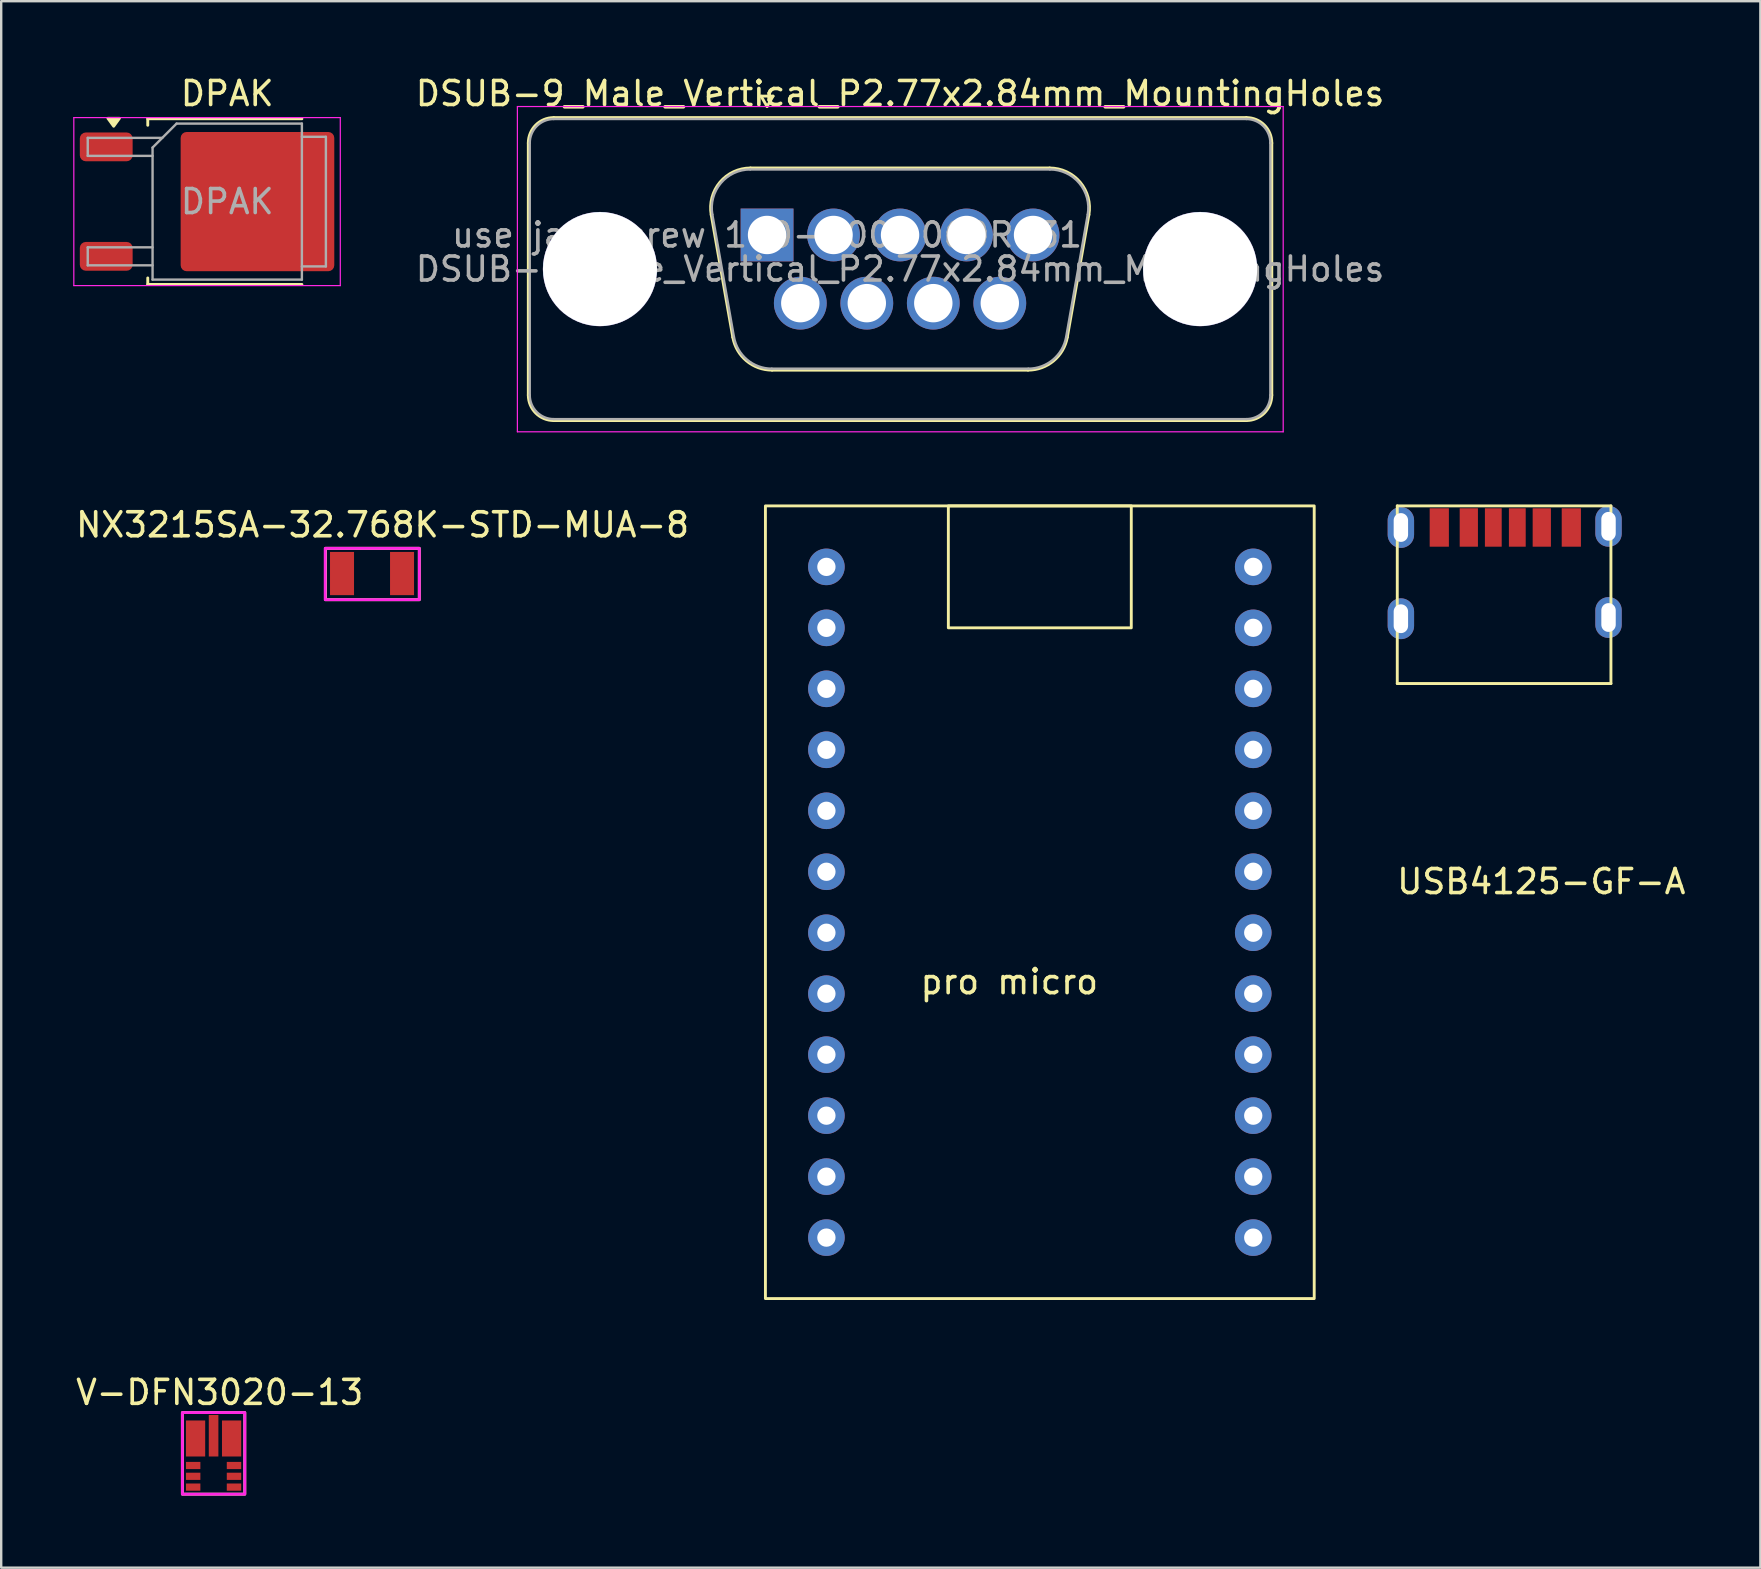
<source format=kicad_pcb>
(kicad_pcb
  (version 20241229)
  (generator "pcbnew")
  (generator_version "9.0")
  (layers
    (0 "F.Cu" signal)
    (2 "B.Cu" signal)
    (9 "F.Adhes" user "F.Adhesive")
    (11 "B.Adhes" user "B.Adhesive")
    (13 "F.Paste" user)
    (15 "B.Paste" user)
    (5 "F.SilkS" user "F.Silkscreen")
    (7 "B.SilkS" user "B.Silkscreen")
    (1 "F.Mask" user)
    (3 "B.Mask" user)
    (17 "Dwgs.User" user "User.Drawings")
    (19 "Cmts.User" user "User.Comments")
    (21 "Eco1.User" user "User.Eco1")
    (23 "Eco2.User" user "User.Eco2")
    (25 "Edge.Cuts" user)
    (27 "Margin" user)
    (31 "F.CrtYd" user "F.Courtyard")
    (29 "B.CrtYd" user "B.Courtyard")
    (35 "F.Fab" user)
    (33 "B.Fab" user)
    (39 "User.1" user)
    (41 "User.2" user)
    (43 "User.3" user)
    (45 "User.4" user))
  (footprint "NX3215SA-32.768K-STD-MUA-8"
    (layer "F.Cu")
    (at 11.197 20.841)
    (property "Reference" "NX3215SA-32.768K-STD-MUA-8" (at 1.69 -2.03 0) (unlocked yes) (layer "F.SilkS") (effects (font (size 1 1) (thickness 0.15))))
    (attr smd)
    (fp_rect (start -0.69 -1.05) (end 3.22 1.09) (stroke (width 0.12) (type solid)) (fill no) (layer "F.SilkS"))
    (fp_rect (start -0.7 -1.05) (end 3.22 1.09) (stroke (width 0.12) (type solid)) (fill no) (layer "F.CrtYd"))
    (pad "1" smd rect (at 0 0) (size 1 1.8) (layers "F.Cu" "F.Mask" "F.Paste"))
    (pad "2" smd rect (at 2.5 0) (size 1 1.8) (layers "F.Cu" "F.Mask" "F.Paste")))
  (footprint "USB4125-GF-A"
    (layer "F.Cu")
    (at 60.154 18.923)
    (property "Reference" "USB4125-GF-A" (at 1 14.75 0) (layer "F.SilkS") (effects (font (size 1 1) (thickness 0.15))))
    (attr through_hole)
    (fp_line (start -5 -0.9) (end -5 6.5) (stroke (width 0.12) (type solid)) (layer "F.SilkS"))
    (fp_line (start -5 6.5) (end 3.9 6.5) (stroke (width 0.12) (type solid)) (layer "F.SilkS"))
    (fp_line (start 3.9 -0.9) (end -5 -0.9) (stroke (width 0.12) (type solid)) (layer "F.SilkS"))
    (fp_line (start 3.9 6.5) (end 3.9 -0.9) (stroke (width 0.12) (type solid)) (layer "F.SilkS"))
    (pad "A5" smd rect (at -1 0) (size 0.7 1.6) (layers "F.Cu" "F.Mask" "F.Paste"))
    (pad "A9" smd rect (at 1.02 0) (size 0.76 1.6) (layers "F.Cu" "F.Mask" "F.Paste"))
    (pad "A12" smd rect (at 2.25 0) (size 0.8 1.6) (layers "F.Cu" "F.Mask" "F.Paste"))
    (pad "B5" smd rect (at 0 0) (size 0.7 1.6) (layers "F.Cu" "F.Mask" "F.Paste"))
    (pad "B9" smd rect (at -2.02 0) (size 0.76 1.6) (layers "F.Cu" "F.Mask" "F.Paste"))
    (pad "B12" smd rect (at -3.25 0) (size 0.8 1.6) (layers "F.Cu" "F.Mask" "F.Paste"))
    (pad "S1" thru_hole oval (at -4.85 0) (size 1.1 1.7) (drill oval 0.6 1.2) (layers "*.Cu" "*.Mask"))
    (pad "S1" thru_hole oval (at -4.85 3.8) (size 1.1 1.7) (drill oval 0.6 1.2) (layers "*.Cu" "*.Mask"))
    (pad "S1" thru_hole oval (at 3.8 -0.05) (size 1.1 1.7) (drill oval 0.6 1.2) (layers "*.Cu" "*.Mask"))
    (pad "S1" thru_hole oval (at 3.8 3.75) (size 1.1 1.7) (drill oval 0.6 1.2) (layers "*.Cu" "*.Mask")))
  (footprint "pro micro"
    (layer "F.Cu")
    (at 38.994 38.343)
    (property "Reference" "pro micro" (at 0 -0.5 0) (unlocked yes) (layer "F.SilkS") (effects (font (size 1 1) (thickness 0.15))))
    (attr through_hole)
    (fp_rect (start -10.16 -20.32) (end 12.7 12.7) (stroke (width 0.12) (type solid)) (fill no) (layer "F.SilkS"))
    (fp_rect (start 5.08 -20.32) (end -2.54 -15.24) (stroke (width 0.12) (type solid)) (fill no) (layer "F.SilkS"))
    (pad "1" thru_hole circle (at -7.62 -17.78 180) (size 1.524 1.524) (drill 0.762) (layers "*.Cu" "*.Mask"))
    (pad "2" thru_hole circle (at -7.62 -15.24 180) (size 1.524 1.524) (drill 0.762) (layers "*.Cu" "*.Mask"))
    (pad "3" thru_hole circle (at -7.62 -12.7 180) (size 1.524 1.524) (drill 0.762) (layers "*.Cu" "*.Mask"))
    (pad "4" thru_hole circle (at -7.62 -10.16 180) (size 1.524 1.524) (drill 0.762) (layers "*.Cu" "*.Mask"))
    (pad "5" thru_hole circle (at -7.62 -7.62 180) (size 1.524 1.524) (drill 0.762) (layers "*.Cu" "*.Mask"))
    (pad "6" thru_hole circle (at -7.62 -5.08 180) (size 1.524 1.524) (drill 0.762) (layers "*.Cu" "*.Mask"))
    (pad "7" thru_hole circle (at -7.62 -2.54) (size 1.524 1.524) (drill 0.762) (layers "*.Cu" "*.Mask"))
    (pad "8" thru_hole circle (at -7.62 0) (size 1.524 1.524) (drill 0.762) (layers "*.Cu" "*.Mask"))
    (pad "9" thru_hole circle (at -7.62 2.54) (size 1.524 1.524) (drill 0.762) (layers "*.Cu" "*.Mask"))
    (pad "10" thru_hole circle (at -7.62 5.08) (size 1.524 1.524) (drill 0.762) (layers "*.Cu" "*.Mask"))
    (pad "11" thru_hole circle (at -7.62 7.62) (size 1.524 1.524) (drill 0.762) (layers "*.Cu" "*.Mask"))
    (pad "12" thru_hole circle (at -7.62 10.16) (size 1.524 1.524) (drill 0.762) (layers "*.Cu" "*.Mask"))
    (pad "13" thru_hole circle (at 10.16 10.16) (size 1.524 1.524) (drill 0.762) (layers "*.Cu" "*.Mask"))
    (pad "14" thru_hole circle (at 10.16 7.62) (size 1.524 1.524) (drill 0.762) (layers "*.Cu" "*.Mask"))
    (pad "15" thru_hole circle (at 10.16 5.08) (size 1.524 1.524) (drill 0.762) (layers "*.Cu" "*.Mask"))
    (pad "16" thru_hole circle (at 10.16 2.54) (size 1.524 1.524) (drill 0.762) (layers "*.Cu" "*.Mask"))
    (pad "17" thru_hole circle (at 10.16 0) (size 1.524 1.524) (drill 0.762) (layers "*.Cu" "*.Mask"))
    (pad "18" thru_hole circle (at 10.16 -2.54) (size 1.524 1.524) (drill 0.762) (layers "*.Cu" "*.Mask"))
    (pad "19" thru_hole circle (at 10.16 -5.08) (size 1.524 1.524) (drill 0.762) (layers "*.Cu" "*.Mask"))
    (pad "20" thru_hole circle (at 10.16 -7.62) (size 1.524 1.524) (drill 0.762) (layers "*.Cu" "*.Mask"))
    (pad "21" thru_hole circle (at 10.16 -10.16) (size 1.524 1.524) (drill 0.762) (layers "*.Cu" "*.Mask"))
    (pad "22" thru_hole circle (at 10.16 -12.7) (size 1.524 1.524) (drill 0.762) (layers "*.Cu" "*.Mask"))
    (pad "23" thru_hole circle (at 10.16 -15.24) (size 1.524 1.524) (drill 0.762) (layers "*.Cu" "*.Mask"))
    (pad "24" thru_hole circle (at 10.16 -17.78) (size 1.524 1.524) (drill 0.762) (layers "*.Cu" "*.Mask")))
  (footprint "V-DFN3020-13"
    (layer "F.Cu")
    (at 5.847 55.891)
    (property "Reference" "V-DFN3020-13" (at 0.254 -0.94 0) (unlocked yes) (layer "F.SilkS") (effects (font (size 1 1) (thickness 0.15))))
    (attr smd)
    (fp_rect (start -1.3 -0.1) (end 1.3 3.3) (stroke (width 0.12) (type default)) (fill no) (layer "F.SilkS"))
    (fp_rect (start -1.3 -0.1) (end 1.3 3.3) (stroke (width 0.12) (type default)) (fill no) (layer "F.CrtYd"))
    (pad "1" smd rect (at -0.75 0.98) (size 0.8 1.5) (layers "F.Cu" "F.Mask" "F.Paste"))
    (pad "2" smd rect (at -0.85 2.105) (size 0.6 0.3) (layers "F.Cu" "F.Mask" "F.Paste"))
    (pad "3" smd rect (at -0.85 2.555) (size 0.6 0.3) (layers "F.Cu" "F.Mask" "F.Paste"))
    (pad "4" smd rect (at -0.85 3.005) (size 0.6 0.3) (layers "F.Cu" "F.Mask" "F.Paste"))
    (pad "5" smd rect (at 0.85 3.005) (size 0.6 0.3) (layers "F.Cu" "F.Mask" "F.Paste"))
    (pad "6" smd rect (at 0.85 2.555) (size 0.6 0.3) (layers "F.Cu" "F.Mask" "F.Paste"))
    (pad "7" smd rect (at 0.85 2.105) (size 0.6 0.3) (layers "F.Cu" "F.Mask" "F.Paste"))
    (pad "8" smd rect (at 0.75 0.98) (size 0.8 1.5) (layers "F.Cu" "F.Mask" "F.Paste"))
    (pad "9" smd rect (at 0 0.865) (size 0.4 1.73) (layers "F.Cu" "F.Mask" "F.Paste")))
  (footprint "DSUB-9_Male_Vertical_P2.77x2.84mm_MountingHoles"
    (layer "F.Cu")
    (at 28.902 6.738)
    (property "Reference" "DSUB-9_Male_Vertical_P2.77x2.84mm_MountingHoles" (at 5.54 -5.89 0) (layer "F.SilkS") (effects (font (size 1 1) (thickness 0.15))))
    (attr through_hole)
    (fp_line (start -9.945 6.67) (end -9.945 -3.83) (stroke (width 0.12) (type solid)) (layer "F.SilkS"))
    (fp_line (start -8.885 -4.89) (end 19.965 -4.89) (stroke (width 0.12) (type solid)) (layer "F.SilkS"))
    (fp_line (start -2.326 -0.842) (end -1.427 4.258) (stroke (width 0.12) (type solid)) (layer "F.SilkS"))
    (fp_line (start -0.692 -2.79) (end 11.772 -2.79) (stroke (width 0.12) (type solid)) (layer "F.SilkS"))
    (fp_line (start -0.25 -5.784) (end 0.25 -5.784) (stroke (width 0.12) (type solid)) (layer "F.SilkS"))
    (fp_line (start 0 -5.351) (end -0.25 -5.784) (stroke (width 0.12) (type solid)) (layer "F.SilkS"))
    (fp_line (start 0.208 5.63) (end 10.872 5.63) (stroke (width 0.12) (type solid)) (layer "F.SilkS"))
    (fp_line (start 0.25 -5.784) (end 0 -5.351) (stroke (width 0.12) (type solid)) (layer "F.SilkS"))
    (fp_line (start 13.406 -0.842) (end 12.507 4.258) (stroke (width 0.12) (type solid)) (layer "F.SilkS"))
    (fp_line (start 19.965 7.73) (end -8.885 7.73) (stroke (width 0.12) (type solid)) (layer "F.SilkS"))
    (fp_line (start 21.025 -3.83) (end 21.025 6.67) (stroke (width 0.12) (type solid)) (layer "F.SilkS"))
    (fp_arc (start -9.945 -3.83) (mid -9.634533 -4.579533) (end -8.885 -4.89) (stroke (width 0.12) (type solid)) (layer "F.SilkS"))
    (fp_arc (start -8.885 7.73) (mid -9.634533 7.419533) (end -9.945 6.67) (stroke (width 0.12) (type solid)) (layer "F.SilkS"))
    (fp_arc (start -2.32647 -0.841744) (mid -1.963323 -2.197028) (end -0.691689 -2.79) (stroke (width 0.12) (type solid)) (layer "F.SilkS"))
    (fp_arc (start 0.207579 5.63) (mid -0.859448 5.241634) (end -1.427202 4.258256) (stroke (width 0.12) (type solid)) (layer "F.SilkS"))
    (fp_arc (start 11.771689 -2.79) (mid 13.043323 -2.197027) (end 13.40647 -0.841744) (stroke (width 0.12) (type solid)) (layer "F.SilkS"))
    (fp_arc (start 12.507202 4.258256) (mid 11.939449 5.241634) (end 10.872421 5.63) (stroke (width 0.12) (type solid)) (layer "F.SilkS"))
    (fp_arc (start 19.965 -4.89) (mid 20.714533 -4.579533) (end 21.025 -3.83) (stroke (width 0.12) (type solid)) (layer "F.SilkS"))
    (fp_arc (start 21.025 6.67) (mid 20.714533 7.419533) (end 19.965 7.73) (stroke (width 0.12) (type solid)) (layer "F.SilkS"))
    (fp_line (start -10.4 -5.35) (end -10.4 8.2) (stroke (width 0.05) (type solid)) (layer "F.CrtYd"))
    (fp_line (start -10.4 8.2) (end 21.5 8.2) (stroke (width 0.05) (type solid)) (layer "F.CrtYd"))
    (fp_line (start 21.5 -5.35) (end -10.4 -5.35) (stroke (width 0.05) (type solid)) (layer "F.CrtYd"))
    (fp_line (start 21.5 8.2) (end 21.5 -5.35) (stroke (width 0.05) (type solid)) (layer "F.CrtYd"))
    (fp_line (start -9.885 6.67) (end -9.885 -3.83) (stroke (width 0.1) (type solid)) (layer "F.Fab"))
    (fp_line (start -8.885 -4.83) (end 19.965 -4.83) (stroke (width 0.1) (type solid)) (layer "F.Fab"))
    (fp_line (start -2.279 -0.852) (end -1.38 4.248) (stroke (width 0.1) (type solid)) (layer "F.Fab"))
    (fp_line (start -0.703 -2.73) (end 11.783 -2.73) (stroke (width 0.1) (type solid)) (layer "F.Fab"))
    (fp_line (start 0.196 5.57) (end 10.884 5.57) (stroke (width 0.1) (type solid)) (layer "F.Fab"))
    (fp_line (start 13.359 -0.852) (end 12.46 4.248) (stroke (width 0.1) (type solid)) (layer "F.Fab"))
    (fp_line (start 19.965 7.67) (end -8.885 7.67) (stroke (width 0.1) (type solid)) (layer "F.Fab"))
    (fp_line (start 20.965 -3.83) (end 20.965 6.67) (stroke (width 0.1) (type solid)) (layer "F.Fab"))
    (fp_arc (start -9.885 -3.83) (mid -9.592107 -4.537107) (end -8.885 -4.83) (stroke (width 0.1) (type solid)) (layer "F.Fab"))
    (fp_arc (start -8.885 7.67) (mid -9.592107 7.377107) (end -9.885 6.67) (stroke (width 0.1) (type solid)) (layer "F.Fab"))
    (fp_arc (start -2.278886 -0.852163) (mid -1.928865 -2.15846) (end -0.703194 -2.73) (stroke (width 0.1) (type solid)) (layer "F.Fab"))
    (fp_arc (start 0.196073 5.57) (mid -0.832387 5.195671) (end -1.379619 4.247837) (stroke (width 0.1) (type solid)) (layer "F.Fab"))
    (fp_arc (start 11.783194 -2.73) (mid 13.008865 -2.15846) (end 13.358886 -0.852163) (stroke (width 0.1) (type solid)) (layer "F.Fab"))
    (fp_arc (start 12.459619 4.247837) (mid 11.912387 5.195671) (end 10.883927 5.57) (stroke (width 0.1) (type solid)) (layer "F.Fab"))
    (fp_arc (start 19.965 -4.83) (mid 20.672107 -4.537107) (end 20.965 -3.83) (stroke (width 0.1) (type solid)) (layer "F.Fab"))
    (fp_arc (start 20.965 6.67) (mid 20.672107 7.377107) (end 19.965 7.67) (stroke (width 0.1) (type solid)) (layer "F.Fab"))
    (fp_text user "use jackscrew 160-000-060R031" (at 0 0 0) (layer "F.Fab") (effects (font (size 1 1) (thickness 0.15))))
    (fp_text user "${REFERENCE}" (at 5.54 1.42 0) (layer "F.Fab") (effects (font (size 1 1) (thickness 0.15))))
    (pad "" np_thru_hole circle (at -6.96 1.42) (size 4.76 4.76) (drill 4.75) (layers "*.Cu" "*.Mask"))
    (pad "" np_thru_hole circle (at 18.04 1.42) (size 4.76 4.76) (drill 4.75) (layers "*.Cu" "*.Mask"))
    (pad "1" thru_hole rect (at 0 0) (size 2.2 2.2) (drill 1.6) (layers "*.Cu" "*.Mask"))
    (pad "2" thru_hole circle (at 2.77 0) (size 2.2 2.2) (drill 1.6) (layers "*.Cu" "*.Mask"))
    (pad "3" thru_hole circle (at 5.54 0) (size 2.2 2.2) (drill 1.6) (layers "*.Cu" "*.Mask"))
    (pad "4" thru_hole circle (at 8.31 0) (size 2.2 2.2) (drill 1.6) (layers "*.Cu" "*.Mask"))
    (pad "5" thru_hole circle (at 11.08 0) (size 2.2 2.2) (drill 1.6) (layers "*.Cu" "*.Mask"))
    (pad "6" thru_hole circle (at 1.385 2.84) (size 2.2 2.2) (drill 1.6) (layers "*.Cu" "*.Mask"))
    (pad "7" thru_hole circle (at 4.155 2.84) (size 2.2 2.2) (drill 1.6) (layers "*.Cu" "*.Mask"))
    (pad "8" thru_hole circle (at 6.925 2.84) (size 2.2 2.2) (drill 1.6) (layers "*.Cu" "*.Mask"))
    (pad "9" thru_hole circle (at 9.695 2.84) (size 2.2 2.2) (drill 1.6) (layers "*.Cu" "*.Mask")))
  (footprint "DPAK"
    (layer "F.Cu")
    (at 6.415 5.348)
    (property "Reference" "DPAK" (at 0 -4.5 0) (unlocked yes) (layer "F.SilkS") (effects (font (size 1 1) (thickness 0.15))))
    (attr smd)
    (fp_line (start -3.31 -3.45) (end -3.31 -3.18) (stroke (width 0.12) (type solid)) (layer "F.SilkS"))
    (fp_line (start -3.31 3.45) (end -3.31 3.18) (stroke (width 0.12) (type solid)) (layer "F.SilkS"))
    (fp_line (start 3.11 -3.45) (end -3.31 -3.45) (stroke (width 0.12) (type solid)) (layer "F.SilkS"))
    (fp_line (start 3.11 3.45) (end -3.31 3.45) (stroke (width 0.12) (type solid)) (layer "F.SilkS"))
    (fp_poly (pts (xy -4.73 -3.14) (xy -4.97 -3.47) (xy -4.49 -3.47) (xy -4.73 -3.14)) (stroke (width 0.12) (type solid)) (fill yes) (layer "F.SilkS"))
    (fp_line (start -6.39 -3.5) (end -6.39 3.5) (stroke (width 0.05) (type solid)) (layer "F.CrtYd"))
    (fp_line (start -6.39 3.5) (end 4.71 3.5) (stroke (width 0.05) (type solid)) (layer "F.CrtYd"))
    (fp_line (start 4.71 -3.5) (end -6.39 -3.5) (stroke (width 0.05) (type solid)) (layer "F.CrtYd"))
    (fp_line (start 4.71 3.5) (end 4.71 -3.5) (stroke (width 0.05) (type solid)) (layer "F.CrtYd"))
    (fp_line (start -5.81 -2.655) (end -5.81 -1.905) (stroke (width 0.1) (type solid)) (layer "F.Fab"))
    (fp_line (start -5.81 -1.905) (end -3.11 -1.905) (stroke (width 0.1) (type solid)) (layer "F.Fab"))
    (fp_line (start -5.81 1.905) (end -5.81 2.655) (stroke (width 0.1) (type solid)) (layer "F.Fab"))
    (fp_line (start -5.81 2.655) (end -3.11 2.655) (stroke (width 0.1) (type solid)) (layer "F.Fab"))
    (fp_line (start -3.11 -2.25) (end -2.11 -3.25) (stroke (width 0.1) (type solid)) (layer "F.Fab"))
    (fp_line (start -3.11 1.905) (end -5.81 1.905) (stroke (width 0.1) (type solid)) (layer "F.Fab"))
    (fp_line (start -3.11 3.25) (end -3.11 -2.25) (stroke (width 0.1) (type solid)) (layer "F.Fab"))
    (fp_line (start -2.705 -2.655) (end -5.81 -2.655) (stroke (width 0.1) (type solid)) (layer "F.Fab"))
    (fp_line (start -2.11 -3.25) (end 3.11 -3.25) (stroke (width 0.1) (type solid)) (layer "F.Fab"))
    (fp_line (start 3.11 -3.25) (end 3.11 3.25) (stroke (width 0.1) (type solid)) (layer "F.Fab"))
    (fp_line (start 3.11 -2.7) (end 4.11 -2.7) (stroke (width 0.1) (type solid)) (layer "F.Fab"))
    (fp_line (start 3.11 3.25) (end -3.11 3.25) (stroke (width 0.1) (type solid)) (layer "F.Fab"))
    (fp_line (start 4.11 -2.7) (end 4.11 2.7) (stroke (width 0.1) (type solid)) (layer "F.Fab"))
    (fp_line (start 4.11 2.7) (end 3.11 2.7) (stroke (width 0.1) (type solid)) (layer "F.Fab"))
    (fp_text user "${REFERENCE}" (at 0 0 0) (layer "F.Fab") (effects (font (size 1 1) (thickness 0.15))))
    (pad "1" smd roundrect (at 1.26 0) (size 6.4 5.8) (layers "F.Cu" "F.Mask") (roundrect_rratio 0.043))
    (pad "2" smd roundrect (at -5.04 -2.28) (size 2.2 1.2) (layers "F.Cu" "F.Mask" "F.Paste") (roundrect_rratio 0.208))
    (pad "2" smd roundrect (at -5.04 2.28) (size 2.2 1.2) (layers "F.Cu" "F.Mask" "F.Paste") (roundrect_rratio 0.208)))
  (gr_rect
    (start -3 -3)
    (end 70.279 62.251)
    (stroke (width 0.1) (type default))
    (fill no)
    (layer "Edge.Cuts")))
</source>
